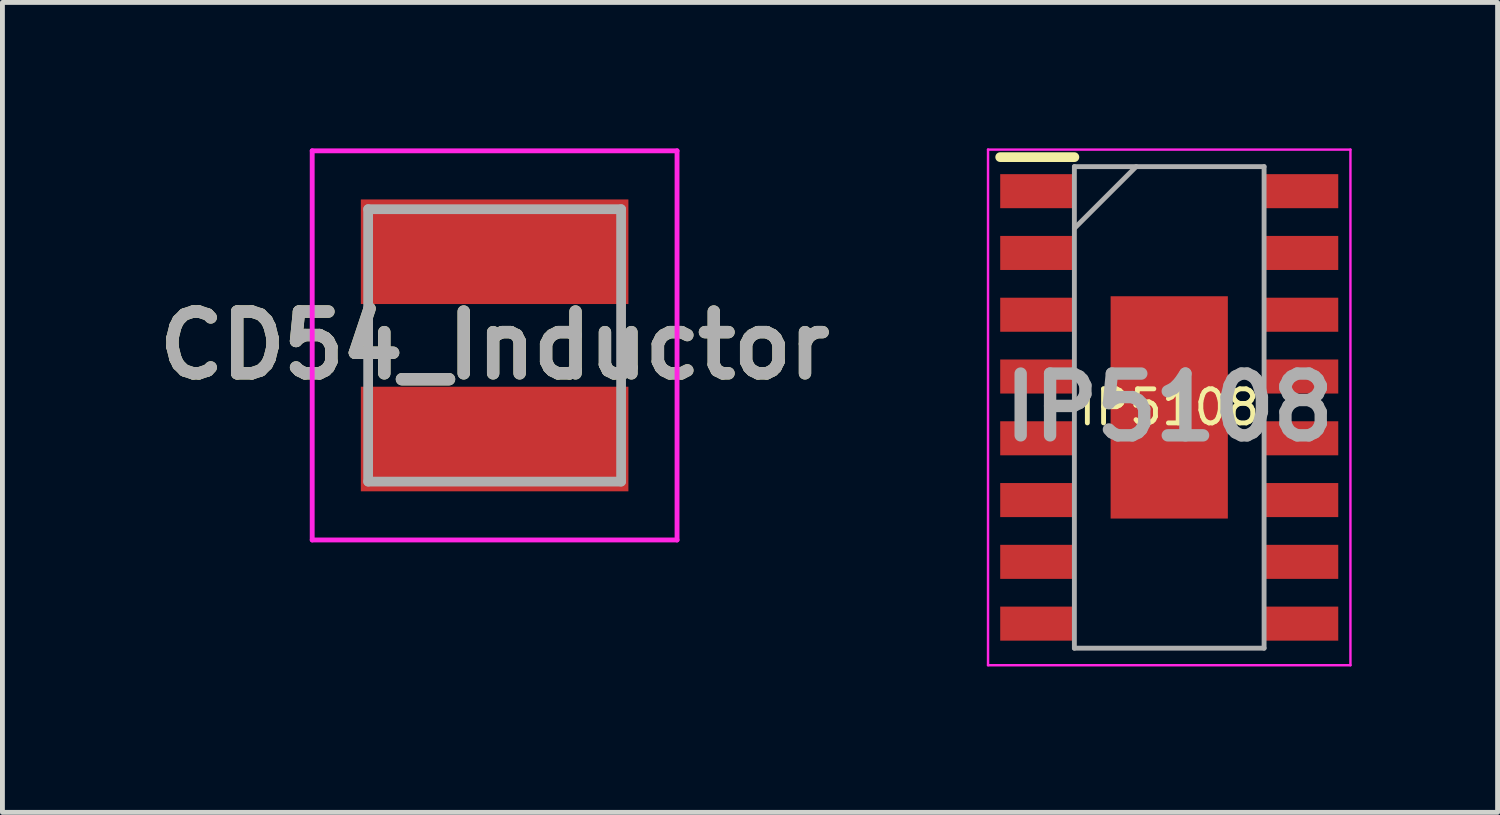
<source format=kicad_pcb>
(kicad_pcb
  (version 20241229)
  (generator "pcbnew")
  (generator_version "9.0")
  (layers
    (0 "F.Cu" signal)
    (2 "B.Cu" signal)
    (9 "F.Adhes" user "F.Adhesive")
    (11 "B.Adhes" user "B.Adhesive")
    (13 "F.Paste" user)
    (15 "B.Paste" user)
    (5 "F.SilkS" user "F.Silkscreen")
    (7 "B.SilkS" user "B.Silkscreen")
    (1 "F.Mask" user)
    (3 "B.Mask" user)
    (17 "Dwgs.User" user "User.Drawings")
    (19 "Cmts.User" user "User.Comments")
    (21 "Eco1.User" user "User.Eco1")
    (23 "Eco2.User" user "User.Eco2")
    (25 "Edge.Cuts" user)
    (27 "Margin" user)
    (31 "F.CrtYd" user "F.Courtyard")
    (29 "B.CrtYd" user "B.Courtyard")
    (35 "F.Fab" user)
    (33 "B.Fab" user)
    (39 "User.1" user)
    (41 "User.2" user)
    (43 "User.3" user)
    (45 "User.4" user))
  (footprint "CD54_Inductor"
    (layer "F.Cu")
    (at 7.118 4.05)
    (property "Reference" "CD54_Inductor" (at 0 0 0) (layer "F.SilkS") (effects (font (size 1.27 1.27) (thickness 0.254))))
    (attr smd)
    (fp_line (start -2.6 -0.5) (end -2.6 0.5) (stroke (width 0.1) (type solid)) (layer "F.SilkS"))
    (fp_line (start 2.6 -0.5) (end 2.6 0.5) (stroke (width 0.1) (type solid)) (layer "F.SilkS"))
    (fp_line (start -3.75 -4) (end 3.75 -4) (stroke (width 0.1) (type solid)) (layer "F.CrtYd"))
    (fp_line (start -3.75 4) (end -3.75 -4) (stroke (width 0.1) (type solid)) (layer "F.CrtYd"))
    (fp_line (start 3.75 -4) (end 3.75 4) (stroke (width 0.1) (type solid)) (layer "F.CrtYd"))
    (fp_line (start 3.75 4) (end -3.75 4) (stroke (width 0.1) (type solid)) (layer "F.CrtYd"))
    (fp_line (start -2.6 -2.8) (end 2.6 -2.8) (stroke (width 0.2) (type solid)) (layer "F.Fab"))
    (fp_line (start -2.6 2.8) (end -2.6 -2.8) (stroke (width 0.2) (type solid)) (layer "F.Fab"))
    (fp_line (start 2.6 -2.8) (end 2.6 2.8) (stroke (width 0.2) (type solid)) (layer "F.Fab"))
    (fp_line (start 2.6 2.8) (end -2.6 2.8) (stroke (width 0.2) (type solid)) (layer "F.Fab"))
    (fp_text user "${REFERENCE}" (at 0 0 0) (layer "F.Fab") (effects (font (size 1.27 1.27) (thickness 0.254))))
    (pad "1" smd rect (at 0 -1.925 90) (size 2.15 5.5) (layers "F.Cu" "F.Mask" "F.Paste"))
    (pad "2" smd rect (at 0 1.925 90) (size 2.15 5.5) (layers "F.Cu" "F.Mask" "F.Paste")))
  (footprint "IP5108"
    (layer "F.Cu")
    (at 20.986 5.325)
    (property "Reference" "IP5108" (at 0 0 0) (layer "F.SilkS") (effects (font (size 0.7 0.7) (thickness 0.1))))
    (attr smd)
    (fp_line (start -3.475 -5.145) (end -1.95 -5.145) (stroke (width 0.2) (type solid)) (layer "F.SilkS"))
    (fp_line (start -3.725 -5.3) (end 3.725 -5.3) (stroke (width 0.05) (type solid)) (layer "F.CrtYd"))
    (fp_line (start -3.725 5.3) (end -3.725 -5.3) (stroke (width 0.05) (type solid)) (layer "F.CrtYd"))
    (fp_line (start 3.725 -5.3) (end 3.725 5.3) (stroke (width 0.05) (type solid)) (layer "F.CrtYd"))
    (fp_line (start 3.725 5.3) (end -3.725 5.3) (stroke (width 0.05) (type solid)) (layer "F.CrtYd"))
    (fp_line (start -1.95 -4.95) (end 1.95 -4.95) (stroke (width 0.1) (type solid)) (layer "F.Fab"))
    (fp_line (start -1.95 -3.68) (end -0.68 -4.95) (stroke (width 0.1) (type solid)) (layer "F.Fab"))
    (fp_line (start -1.95 4.95) (end -1.95 -4.95) (stroke (width 0.1) (type solid)) (layer "F.Fab"))
    (fp_line (start 1.95 -4.95) (end 1.95 4.95) (stroke (width 0.1) (type solid)) (layer "F.Fab"))
    (fp_line (start 1.95 4.95) (end -1.95 4.95) (stroke (width 0.1) (type solid)) (layer "F.Fab"))
    (fp_text user "${REFERENCE}" (at 0 0 0) (layer "F.Fab") (effects (font (size 1.27 1.27) (thickness 0.254))))
    (pad "1" smd rect (at -2.712 -4.445 90) (size 0.7 1.525) (layers "F.Cu" "F.Mask" "F.Paste"))
    (pad "2" smd rect (at -2.712 -3.175 90) (size 0.7 1.525) (layers "F.Cu" "F.Mask" "F.Paste"))
    (pad "3" smd rect (at -2.712 -1.905 90) (size 0.7 1.525) (layers "F.Cu" "F.Mask" "F.Paste"))
    (pad "4" smd rect (at -2.712 -0.635 90) (size 0.7 1.525) (layers "F.Cu" "F.Mask" "F.Paste"))
    (pad "5" smd rect (at -2.712 0.635 90) (size 0.7 1.525) (layers "F.Cu" "F.Mask" "F.Paste"))
    (pad "6" smd rect (at -2.712 1.905 90) (size 0.7 1.525) (layers "F.Cu" "F.Mask" "F.Paste"))
    (pad "7" smd rect (at -2.712 3.175 90) (size 0.7 1.525) (layers "F.Cu" "F.Mask" "F.Paste"))
    (pad "8" smd rect (at -2.712 4.445 90) (size 0.7 1.525) (layers "F.Cu" "F.Mask" "F.Paste"))
    (pad "9" smd rect (at 2.712 4.445 90) (size 0.7 1.525) (layers "F.Cu" "F.Mask" "F.Paste"))
    (pad "10" smd rect (at 2.712 3.175 90) (size 0.7 1.525) (layers "F.Cu" "F.Mask" "F.Paste"))
    (pad "11" smd rect (at 2.712 1.905 90) (size 0.7 1.525) (layers "F.Cu" "F.Mask" "F.Paste"))
    (pad "12" smd rect (at 2.712 0.635 90) (size 0.7 1.525) (layers "F.Cu" "F.Mask" "F.Paste"))
    (pad "13" smd rect (at 2.712 -0.635 90) (size 0.7 1.525) (layers "F.Cu" "F.Mask" "F.Paste"))
    (pad "14" smd rect (at 2.712 -1.905 90) (size 0.7 1.525) (layers "F.Cu" "F.Mask" "F.Paste"))
    (pad "15" smd rect (at 2.712 -3.175 90) (size 0.7 1.525) (layers "F.Cu" "F.Mask" "F.Paste"))
    (pad "16" smd rect (at 2.712 -4.445 90) (size 0.7 1.525) (layers "F.Cu" "F.Mask" "F.Paste"))
    (pad "17" smd rect (at 0 0) (size 2.41 4.57) (layers "F.Cu" "F.Mask" "F.Paste")))
  (gr_rect
    (start -3 -3)
    (end 27.736 13.65)
    (stroke (width 0.1) (type default))
    (fill no)
    (layer "Edge.Cuts")))
</source>
